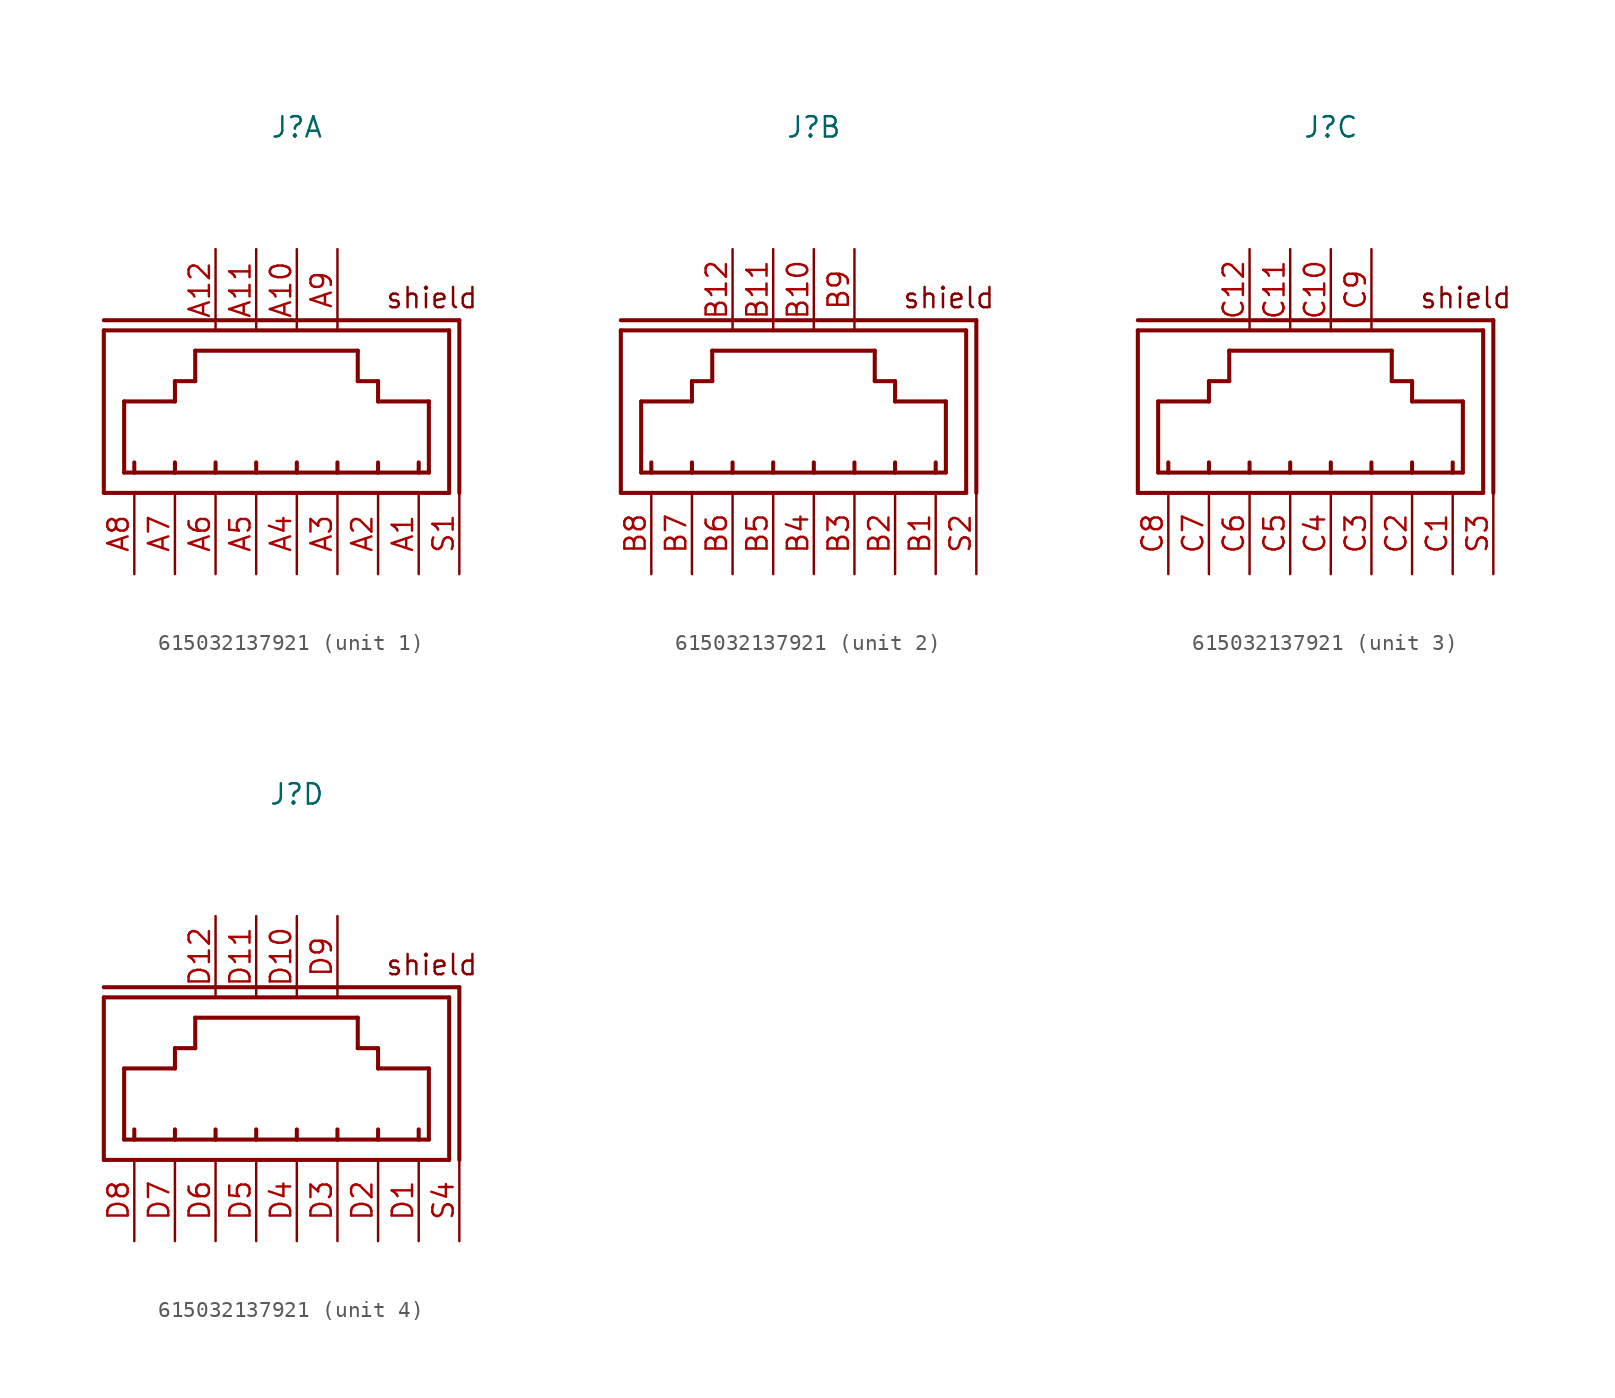
<source format=kicad_sym>
(kicad_symbol_lib
  (version 20241209)
  (generator "kicad_symbol_editor")
  (generator_version "9.0")
  (symbol "615032137921"
    (pin_names
      (hide yes))
    (property "Reference" "J"
      (at 0 17.78 0)
      (effects (font (size 1.27 1.27))))
    (property "ki_locked" ""
      (at 0 0 0)
      (effects (font (size 1.27 1.27))))
    (symbol "615032137921_1_0"
      (polyline (pts (xy -12.065 5.715) (xy 10.16 5.715)) (stroke (width 0.254) (type solid)) (fill (type none)))
      (polyline (pts (xy -12.065 5.08) (xy 9.525 5.08)) (stroke (width 0.254) (type solid)) (fill (type none)))
      (polyline (pts (xy -12.065 -5.08) (xy -12.065 5.08)) (stroke (width 0.254) (type solid)) (fill (type none)))
      (polyline (pts (xy -10.795 0.635) (xy -7.62 0.635)) (stroke (width 0.254) (type solid)) (fill (type none)))
      (polyline (pts (xy -10.795 -3.81) (xy -10.795 0.635)) (stroke (width 0.254) (type solid)) (fill (type none)))
      (polyline (pts (xy -10.16 -3.81) (xy -10.795 -3.81)) (stroke (width 0.254) (type solid)) (fill (type none)))
      (polyline (pts (xy -10.16 -3.81) (xy -10.16 -3.175)) (stroke (width 0.254) (type solid)) (fill (type none)))
      (polyline (pts (xy -7.62 1.905) (xy -6.35 1.905)) (stroke (width 0.254) (type solid)) (fill (type none)))
      (polyline (pts (xy -7.62 0.635) (xy -7.62 1.905)) (stroke (width 0.254) (type solid)) (fill (type none)))
      (polyline (pts (xy -7.62 -3.81) (xy -10.16 -3.81)) (stroke (width 0.254) (type solid)) (fill (type none)))
      (polyline (pts (xy -7.62 -3.81) (xy -7.62 -3.175)) (stroke (width 0.254) (type solid)) (fill (type none)))
      (polyline (pts (xy -6.35 3.81) (xy 3.81 3.81)) (stroke (width 0.254) (type solid)) (fill (type none)))
      (polyline (pts (xy -6.35 1.905) (xy -6.35 3.81)) (stroke (width 0.254) (type solid)) (fill (type none)))
      (polyline (pts (xy -5.08 -3.81) (xy -7.62 -3.81)) (stroke (width 0.254) (type solid)) (fill (type none)))
      (polyline (pts (xy -5.08 -3.81) (xy -5.08 -3.175)) (stroke (width 0.254) (type solid)) (fill (type none)))
      (polyline (pts (xy -2.54 -3.81) (xy -5.08 -3.81)) (stroke (width 0.254) (type solid)) (fill (type none)))
      (polyline (pts (xy -2.54 -3.81) (xy -2.54 -3.175)) (stroke (width 0.254) (type solid)) (fill (type none)))
      (polyline (pts (xy 0 -3.81) (xy -2.54 -3.81)) (stroke (width 0.254) (type solid)) (fill (type none)))
      (polyline (pts (xy 0 -3.81) (xy 0 -3.175)) (stroke (width 0.254) (type solid)) (fill (type none)))
      (polyline (pts (xy 2.54 -3.81) (xy 0 -3.81)) (stroke (width 0.254) (type solid)) (fill (type none)))
      (polyline (pts (xy 2.54 -3.81) (xy 2.54 -3.175)) (stroke (width 0.254) (type solid)) (fill (type none)))
      (polyline (pts (xy 3.81 1.905) (xy 3.81 3.81)) (stroke (width 0.254) (type solid)) (fill (type none)))
      (polyline (pts (xy 5.08 1.905) (xy 3.81 1.905)) (stroke (width 0.254) (type solid)) (fill (type none)))
      (polyline (pts (xy 5.08 0.635) (xy 5.08 1.905)) (stroke (width 0.254) (type solid)) (fill (type none)))
      (polyline (pts (xy 5.08 -3.81) (xy 2.54 -3.81)) (stroke (width 0.254) (type solid)) (fill (type none)))
      (polyline (pts (xy 5.08 -3.81) (xy 5.08 -3.175)) (stroke (width 0.254) (type solid)) (fill (type none)))
      (polyline (pts (xy 7.62 -3.81) (xy 5.08 -3.81)) (stroke (width 0.254) (type solid)) (fill (type none)))
      (polyline (pts (xy 7.62 -3.81) (xy 7.62 -3.175)) (stroke (width 0.254) (type solid)) (fill (type none)))
      (polyline (pts (xy 8.255 0.635) (xy 5.08 0.635)) (stroke (width 0.254) (type solid)) (fill (type none)))
      (polyline (pts (xy 8.255 0.635) (xy 8.255 -3.81)) (stroke (width 0.254) (type solid)) (fill (type none)))
      (polyline (pts (xy 8.255 -3.81) (xy 7.62 -3.81)) (stroke (width 0.254) (type solid)) (fill (type none)))
      (polyline (pts (xy 9.525 5.08) (xy 9.525 -5.08)) (stroke (width 0.254) (type solid)) (fill (type none)))
      (polyline (pts (xy 9.525 -5.08) (xy -12.065 -5.08)) (stroke (width 0.254) (type solid)) (fill (type none)))
      (polyline (pts (xy 10.16 5.715) (xy 10.16 -5.08)) (stroke (width 0.254) (type solid)) (fill (type none)))
      (pin passive line (at -10.16 -10.16 90) (length 5.08) (name "8" (effects (font (size 1.27 1.27)))) (number "A8" (effects (font (size 1.27 1.27)))))
      (pin passive line (at -7.62 -10.16 90) (length 5.08) (name "7" (effects (font (size 1.27 1.27)))) (number "A7" (effects (font (size 1.27 1.27)))))
      (pin passive line (at -5.08 10.16 270) (length 5.08) (name "Y+" (effects (font (size 1.27 1.27)))) (number "A12" (effects (font (size 1.27 1.27)))))
      (pin passive line (at -5.08 -10.16 90) (length 5.08) (name "6" (effects (font (size 1.27 1.27)))) (number "A6" (effects (font (size 1.27 1.27)))))
      (pin passive line (at -2.54 10.16 270) (length 5.08) (name "Y-" (effects (font (size 1.27 1.27)))) (number "A11" (effects (font (size 1.27 1.27)))))
      (pin passive line (at -2.54 -10.16 90) (length 5.08) (name "5" (effects (font (size 1.27 1.27)))) (number "A5" (effects (font (size 1.27 1.27)))))
      (pin passive line (at 0 10.16 270) (length 5.08) (name "G+" (effects (font (size 1.27 1.27)))) (number "A10" (effects (font (size 1.27 1.27)))))
      (pin passive line (at 0 -10.16 90) (length 5.08) (name "4" (effects (font (size 1.27 1.27)))) (number "A4" (effects (font (size 1.27 1.27)))))
      (pin passive line (at 2.54 10.16 270) (length 5.08) (name "G-" (effects (font (size 1.27 1.27)))) (number "A9" (effects (font (size 1.27 1.27)))))
      (pin passive line (at 2.54 -10.16 90) (length 5.08) (name "3" (effects (font (size 1.27 1.27)))) (number "A3" (effects (font (size 1.27 1.27)))))
      (pin passive line (at 5.08 -10.16 90) (length 5.08) (name "2" (effects (font (size 1.27 1.27)))) (number "A2" (effects (font (size 1.27 1.27)))))
      (pin passive line (at 7.62 -10.16 90) (length 5.08) (name "1" (effects (font (size 1.27 1.27)))) (number "A1" (effects (font (size 1.27 1.27)))))
      (pin passive line (at 10.16 -10.16 90) (length 5.08) (name "SHIELD" (effects (font (size 1.27 1.27)))) (number "S1" (effects (font (size 1.27 1.27))))))
    (symbol "615032137921_1_1"
      (text "shield" (at 5.495 6.365 0) (effects (font (size 1.27 1.27)) (justify left bottom))))
    (symbol "615032137921_2_0"
      (polyline (pts (xy -12.065 5.715) (xy 10.16 5.715)) (stroke (width 0.254) (type solid)) (fill (type none)))
      (polyline (pts (xy -12.065 5.08) (xy 9.525 5.08)) (stroke (width 0.254) (type solid)) (fill (type none)))
      (polyline (pts (xy -12.065 -5.08) (xy -12.065 5.08)) (stroke (width 0.254) (type solid)) (fill (type none)))
      (polyline (pts (xy -10.795 0.635) (xy -7.62 0.635)) (stroke (width 0.254) (type solid)) (fill (type none)))
      (polyline (pts (xy -10.795 -3.81) (xy -10.795 0.635)) (stroke (width 0.254) (type solid)) (fill (type none)))
      (polyline (pts (xy -10.16 -3.81) (xy -10.795 -3.81)) (stroke (width 0.254) (type solid)) (fill (type none)))
      (polyline (pts (xy -10.16 -3.81) (xy -10.16 -3.175)) (stroke (width 0.254) (type solid)) (fill (type none)))
      (polyline (pts (xy -7.62 1.905) (xy -6.35 1.905)) (stroke (width 0.254) (type solid)) (fill (type none)))
      (polyline (pts (xy -7.62 0.635) (xy -7.62 1.905)) (stroke (width 0.254) (type solid)) (fill (type none)))
      (polyline (pts (xy -7.62 -3.81) (xy -10.16 -3.81)) (stroke (width 0.254) (type solid)) (fill (type none)))
      (polyline (pts (xy -7.62 -3.81) (xy -7.62 -3.175)) (stroke (width 0.254) (type solid)) (fill (type none)))
      (polyline (pts (xy -6.35 3.81) (xy 3.81 3.81)) (stroke (width 0.254) (type solid)) (fill (type none)))
      (polyline (pts (xy -6.35 1.905) (xy -6.35 3.81)) (stroke (width 0.254) (type solid)) (fill (type none)))
      (polyline (pts (xy -5.08 -3.81) (xy -7.62 -3.81)) (stroke (width 0.254) (type solid)) (fill (type none)))
      (polyline (pts (xy -5.08 -3.81) (xy -5.08 -3.175)) (stroke (width 0.254) (type solid)) (fill (type none)))
      (polyline (pts (xy -2.54 -3.81) (xy -5.08 -3.81)) (stroke (width 0.254) (type solid)) (fill (type none)))
      (polyline (pts (xy -2.54 -3.81) (xy -2.54 -3.175)) (stroke (width 0.254) (type solid)) (fill (type none)))
      (polyline (pts (xy 0 -3.81) (xy -2.54 -3.81)) (stroke (width 0.254) (type solid)) (fill (type none)))
      (polyline (pts (xy 0 -3.81) (xy 0 -3.175)) (stroke (width 0.254) (type solid)) (fill (type none)))
      (polyline (pts (xy 2.54 -3.81) (xy 0 -3.81)) (stroke (width 0.254) (type solid)) (fill (type none)))
      (polyline (pts (xy 2.54 -3.81) (xy 2.54 -3.175)) (stroke (width 0.254) (type solid)) (fill (type none)))
      (polyline (pts (xy 3.81 1.905) (xy 3.81 3.81)) (stroke (width 0.254) (type solid)) (fill (type none)))
      (polyline (pts (xy 5.08 1.905) (xy 3.81 1.905)) (stroke (width 0.254) (type solid)) (fill (type none)))
      (polyline (pts (xy 5.08 0.635) (xy 5.08 1.905)) (stroke (width 0.254) (type solid)) (fill (type none)))
      (polyline (pts (xy 5.08 -3.81) (xy 2.54 -3.81)) (stroke (width 0.254) (type solid)) (fill (type none)))
      (polyline (pts (xy 5.08 -3.81) (xy 5.08 -3.175)) (stroke (width 0.254) (type solid)) (fill (type none)))
      (polyline (pts (xy 7.62 -3.81) (xy 5.08 -3.81)) (stroke (width 0.254) (type solid)) (fill (type none)))
      (polyline (pts (xy 7.62 -3.81) (xy 7.62 -3.175)) (stroke (width 0.254) (type solid)) (fill (type none)))
      (polyline (pts (xy 8.255 0.635) (xy 5.08 0.635)) (stroke (width 0.254) (type solid)) (fill (type none)))
      (polyline (pts (xy 8.255 0.635) (xy 8.255 -3.81)) (stroke (width 0.254) (type solid)) (fill (type none)))
      (polyline (pts (xy 8.255 -3.81) (xy 7.62 -3.81)) (stroke (width 0.254) (type solid)) (fill (type none)))
      (polyline (pts (xy 9.525 5.08) (xy 9.525 -5.08)) (stroke (width 0.254) (type solid)) (fill (type none)))
      (polyline (pts (xy 9.525 -5.08) (xy -12.065 -5.08)) (stroke (width 0.254) (type solid)) (fill (type none)))
      (polyline (pts (xy 10.16 5.715) (xy 10.16 -5.08)) (stroke (width 0.254) (type solid)) (fill (type none)))
      (pin passive line (at -10.16 -10.16 90) (length 5.08) (name "8" (effects (font (size 1.27 1.27)))) (number "B8" (effects (font (size 1.27 1.27)))))
      (pin passive line (at -7.62 -10.16 90) (length 5.08) (name "7" (effects (font (size 1.27 1.27)))) (number "B7" (effects (font (size 1.27 1.27)))))
      (pin passive line (at -5.08 10.16 270) (length 5.08) (name "Y+" (effects (font (size 1.27 1.27)))) (number "B12" (effects (font (size 1.27 1.27)))))
      (pin passive line (at -5.08 -10.16 90) (length 5.08) (name "6" (effects (font (size 1.27 1.27)))) (number "B6" (effects (font (size 1.27 1.27)))))
      (pin passive line (at -2.54 10.16 270) (length 5.08) (name "Y-" (effects (font (size 1.27 1.27)))) (number "B11" (effects (font (size 1.27 1.27)))))
      (pin passive line (at -2.54 -10.16 90) (length 5.08) (name "5" (effects (font (size 1.27 1.27)))) (number "B5" (effects (font (size 1.27 1.27)))))
      (pin passive line (at 0 10.16 270) (length 5.08) (name "G+" (effects (font (size 1.27 1.27)))) (number "B10" (effects (font (size 1.27 1.27)))))
      (pin passive line (at 0 -10.16 90) (length 5.08) (name "4" (effects (font (size 1.27 1.27)))) (number "B4" (effects (font (size 1.27 1.27)))))
      (pin passive line (at 2.54 10.16 270) (length 5.08) (name "G-" (effects (font (size 1.27 1.27)))) (number "B9" (effects (font (size 1.27 1.27)))))
      (pin passive line (at 2.54 -10.16 90) (length 5.08) (name "3" (effects (font (size 1.27 1.27)))) (number "B3" (effects (font (size 1.27 1.27)))))
      (pin passive line (at 5.08 -10.16 90) (length 5.08) (name "2" (effects (font (size 1.27 1.27)))) (number "B2" (effects (font (size 1.27 1.27)))))
      (pin passive line (at 7.62 -10.16 90) (length 5.08) (name "1" (effects (font (size 1.27 1.27)))) (number "B1" (effects (font (size 1.27 1.27)))))
      (pin passive line (at 10.16 -10.16 90) (length 5.08) (name "SHIELD" (effects (font (size 1.27 1.27)))) (number "S2" (effects (font (size 1.27 1.27))))))
    (symbol "615032137921_2_1"
      (text "shield" (at 5.495 6.365 0) (effects (font (size 1.27 1.27)) (justify left bottom))))
    (symbol "615032137921_3_0"
      (polyline (pts (xy -12.065 5.715) (xy 10.16 5.715)) (stroke (width 0.254) (type solid)) (fill (type none)))
      (polyline (pts (xy -12.065 5.08) (xy 9.525 5.08)) (stroke (width 0.254) (type solid)) (fill (type none)))
      (polyline (pts (xy -12.065 -5.08) (xy -12.065 5.08)) (stroke (width 0.254) (type solid)) (fill (type none)))
      (polyline (pts (xy -10.795 0.635) (xy -7.62 0.635)) (stroke (width 0.254) (type solid)) (fill (type none)))
      (polyline (pts (xy -10.795 -3.81) (xy -10.795 0.635)) (stroke (width 0.254) (type solid)) (fill (type none)))
      (polyline (pts (xy -10.16 -3.81) (xy -10.795 -3.81)) (stroke (width 0.254) (type solid)) (fill (type none)))
      (polyline (pts (xy -10.16 -3.81) (xy -10.16 -3.175)) (stroke (width 0.254) (type solid)) (fill (type none)))
      (polyline (pts (xy -7.62 1.905) (xy -6.35 1.905)) (stroke (width 0.254) (type solid)) (fill (type none)))
      (polyline (pts (xy -7.62 0.635) (xy -7.62 1.905)) (stroke (width 0.254) (type solid)) (fill (type none)))
      (polyline (pts (xy -7.62 -3.81) (xy -10.16 -3.81)) (stroke (width 0.254) (type solid)) (fill (type none)))
      (polyline (pts (xy -7.62 -3.81) (xy -7.62 -3.175)) (stroke (width 0.254) (type solid)) (fill (type none)))
      (polyline (pts (xy -6.35 3.81) (xy 3.81 3.81)) (stroke (width 0.254) (type solid)) (fill (type none)))
      (polyline (pts (xy -6.35 1.905) (xy -6.35 3.81)) (stroke (width 0.254) (type solid)) (fill (type none)))
      (polyline (pts (xy -5.08 -3.81) (xy -7.62 -3.81)) (stroke (width 0.254) (type solid)) (fill (type none)))
      (polyline (pts (xy -5.08 -3.81) (xy -5.08 -3.175)) (stroke (width 0.254) (type solid)) (fill (type none)))
      (polyline (pts (xy -2.54 -3.81) (xy -5.08 -3.81)) (stroke (width 0.254) (type solid)) (fill (type none)))
      (polyline (pts (xy -2.54 -3.81) (xy -2.54 -3.175)) (stroke (width 0.254) (type solid)) (fill (type none)))
      (polyline (pts (xy 0 -3.81) (xy -2.54 -3.81)) (stroke (width 0.254) (type solid)) (fill (type none)))
      (polyline (pts (xy 0 -3.81) (xy 0 -3.175)) (stroke (width 0.254) (type solid)) (fill (type none)))
      (polyline (pts (xy 2.54 -3.81) (xy 0 -3.81)) (stroke (width 0.254) (type solid)) (fill (type none)))
      (polyline (pts (xy 2.54 -3.81) (xy 2.54 -3.175)) (stroke (width 0.254) (type solid)) (fill (type none)))
      (polyline (pts (xy 3.81 1.905) (xy 3.81 3.81)) (stroke (width 0.254) (type solid)) (fill (type none)))
      (polyline (pts (xy 5.08 1.905) (xy 3.81 1.905)) (stroke (width 0.254) (type solid)) (fill (type none)))
      (polyline (pts (xy 5.08 0.635) (xy 5.08 1.905)) (stroke (width 0.254) (type solid)) (fill (type none)))
      (polyline (pts (xy 5.08 -3.81) (xy 2.54 -3.81)) (stroke (width 0.254) (type solid)) (fill (type none)))
      (polyline (pts (xy 5.08 -3.81) (xy 5.08 -3.175)) (stroke (width 0.254) (type solid)) (fill (type none)))
      (polyline (pts (xy 7.62 -3.81) (xy 5.08 -3.81)) (stroke (width 0.254) (type solid)) (fill (type none)))
      (polyline (pts (xy 7.62 -3.81) (xy 7.62 -3.175)) (stroke (width 0.254) (type solid)) (fill (type none)))
      (polyline (pts (xy 8.255 0.635) (xy 5.08 0.635)) (stroke (width 0.254) (type solid)) (fill (type none)))
      (polyline (pts (xy 8.255 0.635) (xy 8.255 -3.81)) (stroke (width 0.254) (type solid)) (fill (type none)))
      (polyline (pts (xy 8.255 -3.81) (xy 7.62 -3.81)) (stroke (width 0.254) (type solid)) (fill (type none)))
      (polyline (pts (xy 9.525 5.08) (xy 9.525 -5.08)) (stroke (width 0.254) (type solid)) (fill (type none)))
      (polyline (pts (xy 9.525 -5.08) (xy -12.065 -5.08)) (stroke (width 0.254) (type solid)) (fill (type none)))
      (polyline (pts (xy 10.16 5.715) (xy 10.16 -5.08)) (stroke (width 0.254) (type solid)) (fill (type none)))
      (pin passive line (at -10.16 -10.16 90) (length 5.08) (name "8" (effects (font (size 1.27 1.27)))) (number "C8" (effects (font (size 1.27 1.27)))))
      (pin passive line (at -7.62 -10.16 90) (length 5.08) (name "7" (effects (font (size 1.27 1.27)))) (number "C7" (effects (font (size 1.27 1.27)))))
      (pin passive line (at -5.08 10.16 270) (length 5.08) (name "Y+" (effects (font (size 1.27 1.27)))) (number "C12" (effects (font (size 1.27 1.27)))))
      (pin passive line (at -5.08 -10.16 90) (length 5.08) (name "6" (effects (font (size 1.27 1.27)))) (number "C6" (effects (font (size 1.27 1.27)))))
      (pin passive line (at -2.54 10.16 270) (length 5.08) (name "Y-" (effects (font (size 1.27 1.27)))) (number "C11" (effects (font (size 1.27 1.27)))))
      (pin passive line (at -2.54 -10.16 90) (length 5.08) (name "5" (effects (font (size 1.27 1.27)))) (number "C5" (effects (font (size 1.27 1.27)))))
      (pin passive line (at 0 10.16 270) (length 5.08) (name "G+" (effects (font (size 1.27 1.27)))) (number "C10" (effects (font (size 1.27 1.27)))))
      (pin passive line (at 0 -10.16 90) (length 5.08) (name "4" (effects (font (size 1.27 1.27)))) (number "C4" (effects (font (size 1.27 1.27)))))
      (pin passive line (at 2.54 10.16 270) (length 5.08) (name "G-" (effects (font (size 1.27 1.27)))) (number "C9" (effects (font (size 1.27 1.27)))))
      (pin passive line (at 2.54 -10.16 90) (length 5.08) (name "3" (effects (font (size 1.27 1.27)))) (number "C3" (effects (font (size 1.27 1.27)))))
      (pin passive line (at 5.08 -10.16 90) (length 5.08) (name "2" (effects (font (size 1.27 1.27)))) (number "C2" (effects (font (size 1.27 1.27)))))
      (pin passive line (at 7.62 -10.16 90) (length 5.08) (name "1" (effects (font (size 1.27 1.27)))) (number "C1" (effects (font (size 1.27 1.27)))))
      (pin passive line (at 10.16 -10.16 90) (length 5.08) (name "SHIELD" (effects (font (size 1.27 1.27)))) (number "S3" (effects (font (size 1.27 1.27))))))
    (symbol "615032137921_3_1"
      (text "shield" (at 5.495 6.365 0) (effects (font (size 1.27 1.27)) (justify left bottom))))
    (symbol "615032137921_4_0"
      (polyline (pts (xy -12.065 5.715) (xy 10.16 5.715)) (stroke (width 0.254) (type solid)) (fill (type none)))
      (polyline (pts (xy -12.065 5.08) (xy 9.525 5.08)) (stroke (width 0.254) (type solid)) (fill (type none)))
      (polyline (pts (xy -12.065 -5.08) (xy -12.065 5.08)) (stroke (width 0.254) (type solid)) (fill (type none)))
      (polyline (pts (xy -10.795 0.635) (xy -7.62 0.635)) (stroke (width 0.254) (type solid)) (fill (type none)))
      (polyline (pts (xy -10.795 -3.81) (xy -10.795 0.635)) (stroke (width 0.254) (type solid)) (fill (type none)))
      (polyline (pts (xy -10.16 -3.81) (xy -10.795 -3.81)) (stroke (width 0.254) (type solid)) (fill (type none)))
      (polyline (pts (xy -10.16 -3.81) (xy -10.16 -3.175)) (stroke (width 0.254) (type solid)) (fill (type none)))
      (polyline (pts (xy -7.62 1.905) (xy -6.35 1.905)) (stroke (width 0.254) (type solid)) (fill (type none)))
      (polyline (pts (xy -7.62 0.635) (xy -7.62 1.905)) (stroke (width 0.254) (type solid)) (fill (type none)))
      (polyline (pts (xy -7.62 -3.81) (xy -10.16 -3.81)) (stroke (width 0.254) (type solid)) (fill (type none)))
      (polyline (pts (xy -7.62 -3.81) (xy -7.62 -3.175)) (stroke (width 0.254) (type solid)) (fill (type none)))
      (polyline (pts (xy -6.35 3.81) (xy 3.81 3.81)) (stroke (width 0.254) (type solid)) (fill (type none)))
      (polyline (pts (xy -6.35 1.905) (xy -6.35 3.81)) (stroke (width 0.254) (type solid)) (fill (type none)))
      (polyline (pts (xy -5.08 -3.81) (xy -7.62 -3.81)) (stroke (width 0.254) (type solid)) (fill (type none)))
      (polyline (pts (xy -5.08 -3.81) (xy -5.08 -3.175)) (stroke (width 0.254) (type solid)) (fill (type none)))
      (polyline (pts (xy -2.54 -3.81) (xy -5.08 -3.81)) (stroke (width 0.254) (type solid)) (fill (type none)))
      (polyline (pts (xy -2.54 -3.81) (xy -2.54 -3.175)) (stroke (width 0.254) (type solid)) (fill (type none)))
      (polyline (pts (xy 0 -3.81) (xy -2.54 -3.81)) (stroke (width 0.254) (type solid)) (fill (type none)))
      (polyline (pts (xy 0 -3.81) (xy 0 -3.175)) (stroke (width 0.254) (type solid)) (fill (type none)))
      (polyline (pts (xy 2.54 -3.81) (xy 0 -3.81)) (stroke (width 0.254) (type solid)) (fill (type none)))
      (polyline (pts (xy 2.54 -3.81) (xy 2.54 -3.175)) (stroke (width 0.254) (type solid)) (fill (type none)))
      (polyline (pts (xy 3.81 1.905) (xy 3.81 3.81)) (stroke (width 0.254) (type solid)) (fill (type none)))
      (polyline (pts (xy 5.08 1.905) (xy 3.81 1.905)) (stroke (width 0.254) (type solid)) (fill (type none)))
      (polyline (pts (xy 5.08 0.635) (xy 5.08 1.905)) (stroke (width 0.254) (type solid)) (fill (type none)))
      (polyline (pts (xy 5.08 -3.81) (xy 2.54 -3.81)) (stroke (width 0.254) (type solid)) (fill (type none)))
      (polyline (pts (xy 5.08 -3.81) (xy 5.08 -3.175)) (stroke (width 0.254) (type solid)) (fill (type none)))
      (polyline (pts (xy 7.62 -3.81) (xy 5.08 -3.81)) (stroke (width 0.254) (type solid)) (fill (type none)))
      (polyline (pts (xy 7.62 -3.81) (xy 7.62 -3.175)) (stroke (width 0.254) (type solid)) (fill (type none)))
      (polyline (pts (xy 8.255 0.635) (xy 5.08 0.635)) (stroke (width 0.254) (type solid)) (fill (type none)))
      (polyline (pts (xy 8.255 0.635) (xy 8.255 -3.81)) (stroke (width 0.254) (type solid)) (fill (type none)))
      (polyline (pts (xy 8.255 -3.81) (xy 7.62 -3.81)) (stroke (width 0.254) (type solid)) (fill (type none)))
      (polyline (pts (xy 9.525 5.08) (xy 9.525 -5.08)) (stroke (width 0.254) (type solid)) (fill (type none)))
      (polyline (pts (xy 9.525 -5.08) (xy -12.065 -5.08)) (stroke (width 0.254) (type solid)) (fill (type none)))
      (polyline (pts (xy 10.16 5.715) (xy 10.16 -5.08)) (stroke (width 0.254) (type solid)) (fill (type none)))
      (pin passive line (at -10.16 -10.16 90) (length 5.08) (name "8" (effects (font (size 1.27 1.27)))) (number "D8" (effects (font (size 1.27 1.27)))))
      (pin passive line (at -7.62 -10.16 90) (length 5.08) (name "7" (effects (font (size 1.27 1.27)))) (number "D7" (effects (font (size 1.27 1.27)))))
      (pin passive line (at -5.08 10.16 270) (length 5.08) (name "Y+" (effects (font (size 1.27 1.27)))) (number "D12" (effects (font (size 1.27 1.27)))))
      (pin passive line (at -5.08 -10.16 90) (length 5.08) (name "6" (effects (font (size 1.27 1.27)))) (number "D6" (effects (font (size 1.27 1.27)))))
      (pin passive line (at -2.54 10.16 270) (length 5.08) (name "Y-" (effects (font (size 1.27 1.27)))) (number "D11" (effects (font (size 1.27 1.27)))))
      (pin passive line (at -2.54 -10.16 90) (length 5.08) (name "5" (effects (font (size 1.27 1.27)))) (number "D5" (effects (font (size 1.27 1.27)))))
      (pin passive line (at 0 10.16 270) (length 5.08) (name "G+" (effects (font (size 1.27 1.27)))) (number "D10" (effects (font (size 1.27 1.27)))))
      (pin passive line (at 0 -10.16 90) (length 5.08) (name "4" (effects (font (size 1.27 1.27)))) (number "D4" (effects (font (size 1.27 1.27)))))
      (pin passive line (at 2.54 10.16 270) (length 5.08) (name "G-" (effects (font (size 1.27 1.27)))) (number "D9" (effects (font (size 1.27 1.27)))))
      (pin passive line (at 2.54 -10.16 90) (length 5.08) (name "3" (effects (font (size 1.27 1.27)))) (number "D3" (effects (font (size 1.27 1.27)))))
      (pin passive line (at 5.08 -10.16 90) (length 5.08) (name "2" (effects (font (size 1.27 1.27)))) (number "D2" (effects (font (size 1.27 1.27)))))
      (pin passive line (at 7.62 -10.16 90) (length 5.08) (name "1" (effects (font (size 1.27 1.27)))) (number "D1" (effects (font (size 1.27 1.27)))))
      (pin passive line (at 10.16 -10.16 90) (length 5.08) (name "SHIELD" (effects (font (size 1.27 1.27)))) (number "S4" (effects (font (size 1.27 1.27))))))
    (symbol "615032137921_4_1"
      (text "shield" (at 5.495 6.365 0) (effects (font (size 1.27 1.27)) (justify left bottom))))))
</source>
